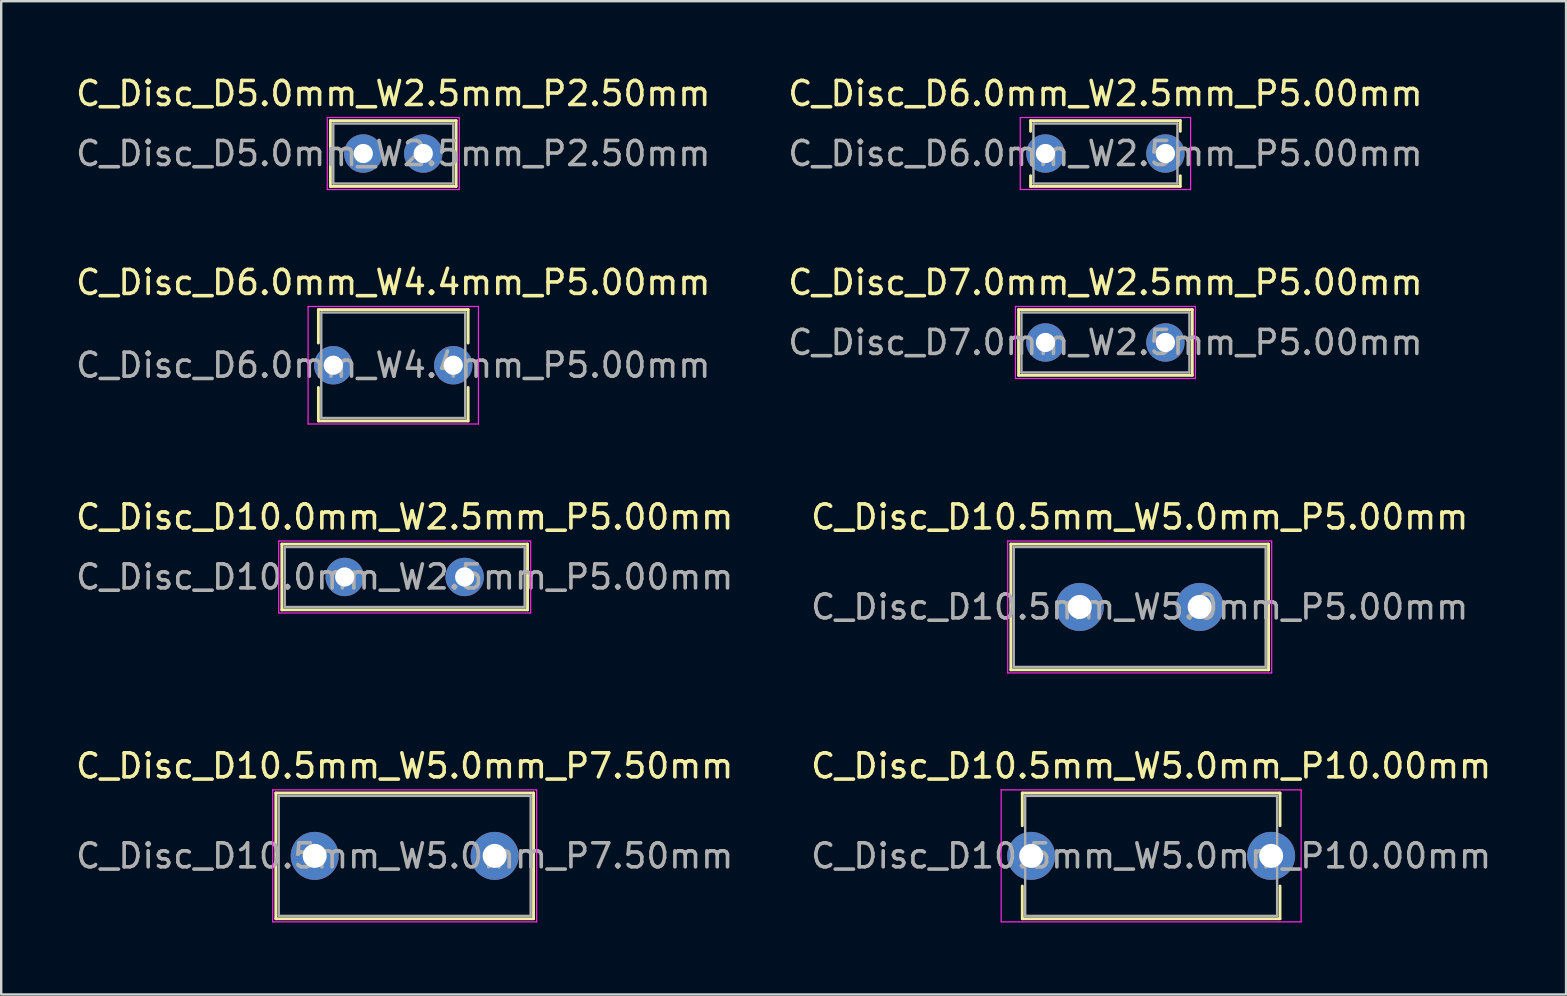
<source format=kicad_pcb>
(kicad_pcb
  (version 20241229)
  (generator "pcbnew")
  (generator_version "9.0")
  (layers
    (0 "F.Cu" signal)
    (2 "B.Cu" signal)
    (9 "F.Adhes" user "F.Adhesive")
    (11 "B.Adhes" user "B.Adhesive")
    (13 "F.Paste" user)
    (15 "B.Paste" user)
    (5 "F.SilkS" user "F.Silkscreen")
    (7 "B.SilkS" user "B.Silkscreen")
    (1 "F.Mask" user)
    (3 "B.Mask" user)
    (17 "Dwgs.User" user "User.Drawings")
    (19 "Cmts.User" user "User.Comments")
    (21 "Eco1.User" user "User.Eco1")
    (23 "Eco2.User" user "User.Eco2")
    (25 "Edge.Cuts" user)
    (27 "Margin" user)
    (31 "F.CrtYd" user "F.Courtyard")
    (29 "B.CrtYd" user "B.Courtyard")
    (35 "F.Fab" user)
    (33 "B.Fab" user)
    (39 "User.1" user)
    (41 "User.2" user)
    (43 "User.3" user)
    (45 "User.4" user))
  (footprint "C_Disc_D10.5mm_W5.0mm_P5.00mm"
    (layer "F.Cu")
    (at 41.946 22.245)
    (property "Reference" "C_Disc_D10.5mm_W5.0mm_P5.00mm" (at 2.5 -3.75 0) (layer "F.SilkS") (effects (font (size 1 1) (thickness 0.15))))
    (attr through_hole)
    (fp_line (start -2.87 -2.62) (end -2.87 2.62) (stroke (width 0.12) (type solid)) (layer "F.SilkS"))
    (fp_line (start -2.87 -2.62) (end 7.87 -2.62) (stroke (width 0.12) (type solid)) (layer "F.SilkS"))
    (fp_line (start -2.87 2.62) (end 7.87 2.62) (stroke (width 0.12) (type solid)) (layer "F.SilkS"))
    (fp_line (start 7.87 -2.62) (end 7.87 2.62) (stroke (width 0.12) (type solid)) (layer "F.SilkS"))
    (fp_line (start -3 -2.75) (end -3 2.75) (stroke (width 0.05) (type solid)) (layer "F.CrtYd"))
    (fp_line (start -3 2.75) (end 8 2.75) (stroke (width 0.05) (type solid)) (layer "F.CrtYd"))
    (fp_line (start 8 -2.75) (end -3 -2.75) (stroke (width 0.05) (type solid)) (layer "F.CrtYd"))
    (fp_line (start 8 2.75) (end 8 -2.75) (stroke (width 0.05) (type solid)) (layer "F.CrtYd"))
    (fp_line (start -2.75 -2.5) (end -2.75 2.5) (stroke (width 0.1) (type solid)) (layer "F.Fab"))
    (fp_line (start -2.75 2.5) (end 7.75 2.5) (stroke (width 0.1) (type solid)) (layer "F.Fab"))
    (fp_line (start 7.75 -2.5) (end -2.75 -2.5) (stroke (width 0.1) (type solid)) (layer "F.Fab"))
    (fp_line (start 7.75 2.5) (end 7.75 -2.5) (stroke (width 0.1) (type solid)) (layer "F.Fab"))
    (fp_text user "${REFERENCE}" (at 2.5 0 0) (layer "F.Fab") (effects (font (size 1 1) (thickness 0.15))))
    (pad "1" thru_hole circle (at 0 0) (size 2 2) (drill 1) (layers "*.Cu" "*.Mask"))
    (pad "2" thru_hole circle (at 5 0) (size 2 2) (drill 1) (layers "*.Cu" "*.Mask")))
  (footprint "C_Disc_D5.0mm_W2.5mm_P2.50mm"
    (layer "F.Cu")
    (at 12.089 3.348)
    (property "Reference" "C_Disc_D5.0mm_W2.5mm_P2.50mm" (at 1.25 -2.5 0) (layer "F.SilkS") (effects (font (size 1 1) (thickness 0.15))))
    (attr through_hole)
    (fp_line (start -1.37 -1.37) (end -1.37 1.37) (stroke (width 0.12) (type solid)) (layer "F.SilkS"))
    (fp_line (start -1.37 -1.37) (end 3.87 -1.37) (stroke (width 0.12) (type solid)) (layer "F.SilkS"))
    (fp_line (start -1.37 1.37) (end 3.87 1.37) (stroke (width 0.12) (type solid)) (layer "F.SilkS"))
    (fp_line (start 3.87 -1.37) (end 3.87 1.37) (stroke (width 0.12) (type solid)) (layer "F.SilkS"))
    (fp_line (start -1.5 -1.5) (end -1.5 1.5) (stroke (width 0.05) (type solid)) (layer "F.CrtYd"))
    (fp_line (start -1.5 1.5) (end 4 1.5) (stroke (width 0.05) (type solid)) (layer "F.CrtYd"))
    (fp_line (start 4 -1.5) (end -1.5 -1.5) (stroke (width 0.05) (type solid)) (layer "F.CrtYd"))
    (fp_line (start 4 1.5) (end 4 -1.5) (stroke (width 0.05) (type solid)) (layer "F.CrtYd"))
    (fp_line (start -1.25 -1.25) (end -1.25 1.25) (stroke (width 0.1) (type solid)) (layer "F.Fab"))
    (fp_line (start -1.25 1.25) (end 3.75 1.25) (stroke (width 0.1) (type solid)) (layer "F.Fab"))
    (fp_line (start 3.75 -1.25) (end -1.25 -1.25) (stroke (width 0.1) (type solid)) (layer "F.Fab"))
    (fp_line (start 3.75 1.25) (end 3.75 -1.25) (stroke (width 0.1) (type solid)) (layer "F.Fab"))
    (fp_text user "${REFERENCE}" (at 1.25 0 0) (layer "F.Fab") (effects (font (size 1 1) (thickness 0.15))))
    (pad "1" thru_hole circle (at 0 0) (size 1.6 1.6) (drill 0.8) (layers "*.Cu" "*.Mask"))
    (pad "2" thru_hole circle (at 2.5 0) (size 1.6 1.6) (drill 0.8) (layers "*.Cu" "*.Mask")))
  (footprint "C_Disc_D7.0mm_W2.5mm_P5.00mm"
    (layer "F.Cu")
    (at 40.518 11.222)
    (property "Reference" "C_Disc_D7.0mm_W2.5mm_P5.00mm" (at 2.5 -2.5 0) (layer "F.SilkS") (effects (font (size 1 1) (thickness 0.15))))
    (attr through_hole)
    (fp_line (start -1.12 -1.37) (end -1.12 1.37) (stroke (width 0.12) (type solid)) (layer "F.SilkS"))
    (fp_line (start -1.12 -1.37) (end 6.12 -1.37) (stroke (width 0.12) (type solid)) (layer "F.SilkS"))
    (fp_line (start -1.12 1.37) (end 6.12 1.37) (stroke (width 0.12) (type solid)) (layer "F.SilkS"))
    (fp_line (start 6.12 -1.37) (end 6.12 1.37) (stroke (width 0.12) (type solid)) (layer "F.SilkS"))
    (fp_line (start -1.25 -1.5) (end -1.25 1.5) (stroke (width 0.05) (type solid)) (layer "F.CrtYd"))
    (fp_line (start -1.25 1.5) (end 6.25 1.5) (stroke (width 0.05) (type solid)) (layer "F.CrtYd"))
    (fp_line (start 6.25 -1.5) (end -1.25 -1.5) (stroke (width 0.05) (type solid)) (layer "F.CrtYd"))
    (fp_line (start 6.25 1.5) (end 6.25 -1.5) (stroke (width 0.05) (type solid)) (layer "F.CrtYd"))
    (fp_line (start -1 -1.25) (end -1 1.25) (stroke (width 0.1) (type solid)) (layer "F.Fab"))
    (fp_line (start -1 1.25) (end 6 1.25) (stroke (width 0.1) (type solid)) (layer "F.Fab"))
    (fp_line (start 6 -1.25) (end -1 -1.25) (stroke (width 0.1) (type solid)) (layer "F.Fab"))
    (fp_line (start 6 1.25) (end 6 -1.25) (stroke (width 0.1) (type solid)) (layer "F.Fab"))
    (fp_text user "${REFERENCE}" (at 2.5 0 0) (layer "F.Fab") (effects (font (size 1 1) (thickness 0.15))))
    (pad "1" thru_hole circle (at 0 0) (size 1.6 1.6) (drill 0.8) (layers "*.Cu" "*.Mask"))
    (pad "2" thru_hole circle (at 5 0) (size 1.6 1.6) (drill 0.8) (layers "*.Cu" "*.Mask")))
  (footprint "C_Disc_D6.0mm_W2.5mm_P5.00mm"
    (layer "F.Cu")
    (at 40.518 3.348)
    (property "Reference" "C_Disc_D6.0mm_W2.5mm_P5.00mm" (at 2.5 -2.5 0) (layer "F.SilkS") (effects (font (size 1 1) (thickness 0.15))))
    (attr through_hole)
    (fp_line (start -0.62 -1.37) (end -0.62 -0.925) (stroke (width 0.12) (type solid)) (layer "F.SilkS"))
    (fp_line (start -0.62 -1.37) (end 5.62 -1.37) (stroke (width 0.12) (type solid)) (layer "F.SilkS"))
    (fp_line (start -0.62 0.925) (end -0.62 1.37) (stroke (width 0.12) (type solid)) (layer "F.SilkS"))
    (fp_line (start -0.62 1.37) (end 5.62 1.37) (stroke (width 0.12) (type solid)) (layer "F.SilkS"))
    (fp_line (start 5.62 -1.37) (end 5.62 -0.925) (stroke (width 0.12) (type solid)) (layer "F.SilkS"))
    (fp_line (start 5.62 0.925) (end 5.62 1.37) (stroke (width 0.12) (type solid)) (layer "F.SilkS"))
    (fp_line (start -1.05 -1.5) (end -1.05 1.5) (stroke (width 0.05) (type solid)) (layer "F.CrtYd"))
    (fp_line (start -1.05 1.5) (end 6.05 1.5) (stroke (width 0.05) (type solid)) (layer "F.CrtYd"))
    (fp_line (start 6.05 -1.5) (end -1.05 -1.5) (stroke (width 0.05) (type solid)) (layer "F.CrtYd"))
    (fp_line (start 6.05 1.5) (end 6.05 -1.5) (stroke (width 0.05) (type solid)) (layer "F.CrtYd"))
    (fp_line (start -0.5 -1.25) (end -0.5 1.25) (stroke (width 0.1) (type solid)) (layer "F.Fab"))
    (fp_line (start -0.5 1.25) (end 5.5 1.25) (stroke (width 0.1) (type solid)) (layer "F.Fab"))
    (fp_line (start 5.5 -1.25) (end -0.5 -1.25) (stroke (width 0.1) (type solid)) (layer "F.Fab"))
    (fp_line (start 5.5 1.25) (end 5.5 -1.25) (stroke (width 0.1) (type solid)) (layer "F.Fab"))
    (fp_text user "${REFERENCE}" (at 2.5 0 0) (layer "F.Fab") (effects (font (size 1 1) (thickness 0.15))))
    (pad "1" thru_hole circle (at 0 0) (size 1.6 1.6) (drill 0.8) (layers "*.Cu" "*.Mask"))
    (pad "2" thru_hole circle (at 5 0) (size 1.6 1.6) (drill 0.8) (layers "*.Cu" "*.Mask")))
  (footprint "C_Disc_D6.0mm_W4.4mm_P5.00mm"
    (layer "F.Cu")
    (at 10.839 12.171)
    (property "Reference" "C_Disc_D6.0mm_W4.4mm_P5.00mm" (at 2.5 -3.45 0) (layer "F.SilkS") (effects (font (size 1 1) (thickness 0.15))))
    (attr through_hole)
    (fp_line (start -0.62 -2.321) (end -0.62 -0.925) (stroke (width 0.12) (type solid)) (layer "F.SilkS"))
    (fp_line (start -0.62 -2.321) (end 5.62 -2.321) (stroke (width 0.12) (type solid)) (layer "F.SilkS"))
    (fp_line (start -0.62 0.925) (end -0.62 2.321) (stroke (width 0.12) (type solid)) (layer "F.SilkS"))
    (fp_line (start -0.62 2.321) (end 5.62 2.321) (stroke (width 0.12) (type solid)) (layer "F.SilkS"))
    (fp_line (start 5.62 -2.321) (end 5.62 -0.925) (stroke (width 0.12) (type solid)) (layer "F.SilkS"))
    (fp_line (start 5.62 0.925) (end 5.62 2.321) (stroke (width 0.12) (type solid)) (layer "F.SilkS"))
    (fp_line (start -1.05 -2.45) (end -1.05 2.45) (stroke (width 0.05) (type solid)) (layer "F.CrtYd"))
    (fp_line (start -1.05 2.45) (end 6.05 2.45) (stroke (width 0.05) (type solid)) (layer "F.CrtYd"))
    (fp_line (start 6.05 -2.45) (end -1.05 -2.45) (stroke (width 0.05) (type solid)) (layer "F.CrtYd"))
    (fp_line (start 6.05 2.45) (end 6.05 -2.45) (stroke (width 0.05) (type solid)) (layer "F.CrtYd"))
    (fp_line (start -0.5 -2.2) (end -0.5 2.2) (stroke (width 0.1) (type solid)) (layer "F.Fab"))
    (fp_line (start -0.5 2.2) (end 5.5 2.2) (stroke (width 0.1) (type solid)) (layer "F.Fab"))
    (fp_line (start 5.5 -2.2) (end -0.5 -2.2) (stroke (width 0.1) (type solid)) (layer "F.Fab"))
    (fp_line (start 5.5 2.2) (end 5.5 -2.2) (stroke (width 0.1) (type solid)) (layer "F.Fab"))
    (fp_text user "${REFERENCE}" (at 2.5 0 0) (layer "F.Fab") (effects (font (size 1 1) (thickness 0.15))))
    (pad "1" thru_hole circle (at 0 0) (size 1.6 1.6) (drill 0.8) (layers "*.Cu" "*.Mask"))
    (pad "2" thru_hole circle (at 5 0) (size 1.6 1.6) (drill 0.8) (layers "*.Cu" "*.Mask")))
  (footprint "C_Disc_D10.0mm_W2.5mm_P5.00mm"
    (layer "F.Cu")
    (at 11.315 20.995)
    (property "Reference" "C_Disc_D10.0mm_W2.5mm_P5.00mm" (at 2.5 -2.5 0) (layer "F.SilkS") (effects (font (size 1 1) (thickness 0.15))))
    (attr through_hole)
    (fp_line (start -2.62 -1.37) (end -2.62 1.37) (stroke (width 0.12) (type solid)) (layer "F.SilkS"))
    (fp_line (start -2.62 -1.37) (end 7.62 -1.37) (stroke (width 0.12) (type solid)) (layer "F.SilkS"))
    (fp_line (start -2.62 1.37) (end 7.62 1.37) (stroke (width 0.12) (type solid)) (layer "F.SilkS"))
    (fp_line (start 7.62 -1.37) (end 7.62 1.37) (stroke (width 0.12) (type solid)) (layer "F.SilkS"))
    (fp_line (start -2.75 -1.5) (end -2.75 1.5) (stroke (width 0.05) (type solid)) (layer "F.CrtYd"))
    (fp_line (start -2.75 1.5) (end 7.75 1.5) (stroke (width 0.05) (type solid)) (layer "F.CrtYd"))
    (fp_line (start 7.75 -1.5) (end -2.75 -1.5) (stroke (width 0.05) (type solid)) (layer "F.CrtYd"))
    (fp_line (start 7.75 1.5) (end 7.75 -1.5) (stroke (width 0.05) (type solid)) (layer "F.CrtYd"))
    (fp_line (start -2.5 -1.25) (end -2.5 1.25) (stroke (width 0.1) (type solid)) (layer "F.Fab"))
    (fp_line (start -2.5 1.25) (end 7.5 1.25) (stroke (width 0.1) (type solid)) (layer "F.Fab"))
    (fp_line (start 7.5 -1.25) (end -2.5 -1.25) (stroke (width 0.1) (type solid)) (layer "F.Fab"))
    (fp_line (start 7.5 1.25) (end 7.5 -1.25) (stroke (width 0.1) (type solid)) (layer "F.Fab"))
    (fp_text user "${REFERENCE}" (at 2.5 0 0) (layer "F.Fab") (effects (font (size 1 1) (thickness 0.15))))
    (pad "1" thru_hole circle (at 0 0) (size 1.6 1.6) (drill 0.8) (layers "*.Cu" "*.Mask"))
    (pad "2" thru_hole circle (at 5 0) (size 1.6 1.6) (drill 0.8) (layers "*.Cu" "*.Mask")))
  (footprint "C_Disc_D10.5mm_W5.0mm_P7.50mm"
    (layer "F.Cu")
    (at 10.065 32.618)
    (property "Reference" "C_Disc_D10.5mm_W5.0mm_P7.50mm" (at 3.75 -3.75 0) (layer "F.SilkS") (effects (font (size 1 1) (thickness 0.15))))
    (attr through_hole)
    (fp_line (start -1.62 -2.62) (end -1.62 2.62) (stroke (width 0.12) (type solid)) (layer "F.SilkS"))
    (fp_line (start -1.62 -2.62) (end 9.12 -2.62) (stroke (width 0.12) (type solid)) (layer "F.SilkS"))
    (fp_line (start -1.62 2.62) (end 9.12 2.62) (stroke (width 0.12) (type solid)) (layer "F.SilkS"))
    (fp_line (start 9.12 -2.62) (end 9.12 2.62) (stroke (width 0.12) (type solid)) (layer "F.SilkS"))
    (fp_line (start -1.75 -2.75) (end -1.75 2.75) (stroke (width 0.05) (type solid)) (layer "F.CrtYd"))
    (fp_line (start -1.75 2.75) (end 9.25 2.75) (stroke (width 0.05) (type solid)) (layer "F.CrtYd"))
    (fp_line (start 9.25 -2.75) (end -1.75 -2.75) (stroke (width 0.05) (type solid)) (layer "F.CrtYd"))
    (fp_line (start 9.25 2.75) (end 9.25 -2.75) (stroke (width 0.05) (type solid)) (layer "F.CrtYd"))
    (fp_line (start -1.5 -2.5) (end -1.5 2.5) (stroke (width 0.1) (type solid)) (layer "F.Fab"))
    (fp_line (start -1.5 2.5) (end 9 2.5) (stroke (width 0.1) (type solid)) (layer "F.Fab"))
    (fp_line (start 9 -2.5) (end -1.5 -2.5) (stroke (width 0.1) (type solid)) (layer "F.Fab"))
    (fp_line (start 9 2.5) (end 9 -2.5) (stroke (width 0.1) (type solid)) (layer "F.Fab"))
    (fp_text user "${REFERENCE}" (at 3.75 0 0) (layer "F.Fab") (effects (font (size 1 1) (thickness 0.15))))
    (pad "1" thru_hole circle (at 0 0) (size 2 2) (drill 1) (layers "*.Cu" "*.Mask"))
    (pad "2" thru_hole circle (at 7.5 0) (size 2 2) (drill 1) (layers "*.Cu" "*.Mask")))
  (footprint "C_Disc_D10.5mm_W5.0mm_P10.00mm"
    (layer "F.Cu")
    (at 39.923 32.618)
    (property "Reference" "C_Disc_D10.5mm_W5.0mm_P10.00mm" (at 5 -3.75 0) (layer "F.SilkS") (effects (font (size 1 1) (thickness 0.15))))
    (attr through_hole)
    (fp_line (start -0.37 -2.62) (end -0.37 -1.256) (stroke (width 0.12) (type solid)) (layer "F.SilkS"))
    (fp_line (start -0.37 -2.62) (end 10.37 -2.62) (stroke (width 0.12) (type solid)) (layer "F.SilkS"))
    (fp_line (start -0.37 1.256) (end -0.37 2.62) (stroke (width 0.12) (type solid)) (layer "F.SilkS"))
    (fp_line (start -0.37 2.62) (end 10.37 2.62) (stroke (width 0.12) (type solid)) (layer "F.SilkS"))
    (fp_line (start 10.37 -2.62) (end 10.37 -1.256) (stroke (width 0.12) (type solid)) (layer "F.SilkS"))
    (fp_line (start 10.37 1.256) (end 10.37 2.62) (stroke (width 0.12) (type solid)) (layer "F.SilkS"))
    (fp_line (start -1.25 -2.75) (end -1.25 2.75) (stroke (width 0.05) (type solid)) (layer "F.CrtYd"))
    (fp_line (start -1.25 2.75) (end 11.25 2.75) (stroke (width 0.05) (type solid)) (layer "F.CrtYd"))
    (fp_line (start 11.25 -2.75) (end -1.25 -2.75) (stroke (width 0.05) (type solid)) (layer "F.CrtYd"))
    (fp_line (start 11.25 2.75) (end 11.25 -2.75) (stroke (width 0.05) (type solid)) (layer "F.CrtYd"))
    (fp_line (start -0.25 -2.5) (end -0.25 2.5) (stroke (width 0.1) (type solid)) (layer "F.Fab"))
    (fp_line (start -0.25 2.5) (end 10.25 2.5) (stroke (width 0.1) (type solid)) (layer "F.Fab"))
    (fp_line (start 10.25 -2.5) (end -0.25 -2.5) (stroke (width 0.1) (type solid)) (layer "F.Fab"))
    (fp_line (start 10.25 2.5) (end 10.25 -2.5) (stroke (width 0.1) (type solid)) (layer "F.Fab"))
    (fp_text user "${REFERENCE}" (at 5 0 0) (layer "F.Fab") (effects (font (size 1 1) (thickness 0.15))))
    (pad "1" thru_hole circle (at 0 0) (size 2 2) (drill 1) (layers "*.Cu" "*.Mask"))
    (pad "2" thru_hole circle (at 10 0) (size 2 2) (drill 1) (layers "*.Cu" "*.Mask")))
  (gr_rect
    (start -3 -3)
    (end 62.214 38.393)
    (stroke (width 0.1) (type default))
    (fill no)
    (layer "Edge.Cuts")))
</source>
